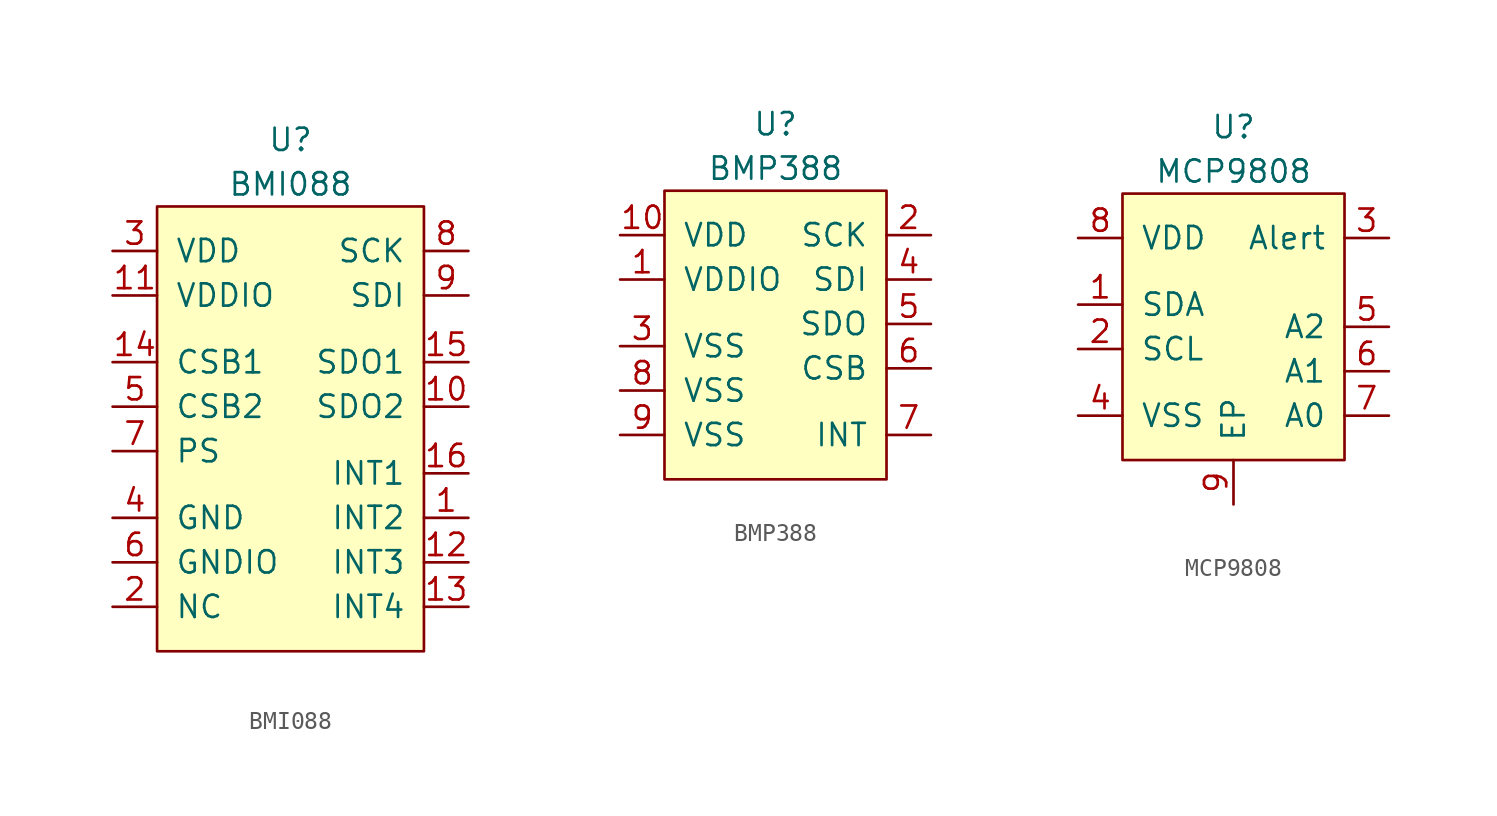
<source format=kicad_sym>
(kicad_symbol_lib
  (version 20211014)
  (generator kicad_symbol_editor)
  (symbol "BMI088"
    (pin_names
      (offset 1.016))
    (property "Reference" "U"
      (at 0 16.51 0)
      (effects (font (size 1.27 1.27))))
    (property "Value" "BMI088"
      (at 0 13.97 0)
      (effects (font (size 1.27 1.27))))
    (symbol "BMI088_0_1"
      (rectangle (start -7.62 12.7) (end 7.62 -12.7) (stroke (width 0) (type default) (color 0 0 0 0)) (fill (type background))))
    (symbol "BMI088_1_1"
      (pin bidirectional line (at 10.16 -5.08 180) (length 2.54) (name "INT2" (effects (font (size 1.27 1.27)))) (number "1" (effects (font (size 1.27 1.27)))))
      (pin bidirectional line (at 10.16 1.27 180) (length 2.54) (name "SDO2" (effects (font (size 1.27 1.27)))) (number "10" (effects (font (size 1.27 1.27)))))
      (pin power_in line (at -10.16 7.62 0) (length 2.54) (name "VDDIO" (effects (font (size 1.27 1.27)))) (number "11" (effects (font (size 1.27 1.27)))))
      (pin output line (at 10.16 -7.62 180) (length 2.54) (name "INT3" (effects (font (size 1.27 1.27)))) (number "12" (effects (font (size 1.27 1.27)))))
      (pin output line (at 10.16 -10.16 180) (length 2.54) (name "INT4" (effects (font (size 1.27 1.27)))) (number "13" (effects (font (size 1.27 1.27)))))
      (pin input line (at -10.16 3.81 0) (length 2.54) (name "CSB1" (effects (font (size 1.27 1.27)))) (number "14" (effects (font (size 1.27 1.27)))))
      (pin bidirectional line (at 10.16 3.81 180) (length 2.54) (name "SDO1" (effects (font (size 1.27 1.27)))) (number "15" (effects (font (size 1.27 1.27)))))
      (pin bidirectional line (at 10.16 -2.54 180) (length 2.54) (name "INT1" (effects (font (size 1.27 1.27)))) (number "16" (effects (font (size 1.27 1.27)))))
      (pin passive line (at -10.16 -10.16 0) (length 2.54) (name "NC" (effects (font (size 1.27 1.27)))) (number "2" (effects (font (size 1.27 1.27)))))
      (pin power_in line (at -10.16 10.16 0) (length 2.54) (name "VDD" (effects (font (size 1.27 1.27)))) (number "3" (effects (font (size 1.27 1.27)))))
      (pin power_in line (at -10.16 -5.08 0) (length 2.54) (name "GND" (effects (font (size 1.27 1.27)))) (number "4" (effects (font (size 1.27 1.27)))))
      (pin input line (at -10.16 1.27 0) (length 2.54) (name "CSB2" (effects (font (size 1.27 1.27)))) (number "5" (effects (font (size 1.27 1.27)))))
      (pin power_in line (at -10.16 -7.62 0) (length 2.54) (name "GNDIO" (effects (font (size 1.27 1.27)))) (number "6" (effects (font (size 1.27 1.27)))))
      (pin input line (at -10.16 -1.27 0) (length 2.54) (name "PS" (effects (font (size 1.27 1.27)))) (number "7" (effects (font (size 1.27 1.27)))))
      (pin input line (at 10.16 10.16 180) (length 2.54) (name "SCK" (effects (font (size 1.27 1.27)))) (number "8" (effects (font (size 1.27 1.27)))))
      (pin bidirectional line (at 10.16 7.62 180) (length 2.54) (name "SDI" (effects (font (size 1.27 1.27)))) (number "9" (effects (font (size 1.27 1.27)))))))
  (symbol "BMP388"
    (pin_names
      (offset 1.016))
    (property "Reference" "U"
      (at 0 11.43 0)
      (effects (font (size 1.27 1.27))))
    (property "Value" "BMP388"
      (at 0 8.89 0)
      (effects (font (size 1.27 1.27))))
    (symbol "BMP388_0_1"
      (rectangle (start -6.35 7.62) (end 6.35 -8.89) (stroke (width 0) (type default) (color 0 0 0 0)) (fill (type background))))
    (symbol "BMP388_1_1"
      (pin power_in line (at -8.89 2.54 0) (length 2.54) (name "VDDIO" (effects (font (size 1.27 1.27)))) (number "1" (effects (font (size 1.27 1.27)))))
      (pin power_in line (at -8.89 5.08 0) (length 2.54) (name "VDD" (effects (font (size 1.27 1.27)))) (number "10" (effects (font (size 1.27 1.27)))))
      (pin input line (at 8.89 5.08 180) (length 2.54) (name "SCK" (effects (font (size 1.27 1.27)))) (number "2" (effects (font (size 1.27 1.27)))))
      (pin power_in line (at -8.89 -1.27 0) (length 2.54) (name "VSS" (effects (font (size 1.27 1.27)))) (number "3" (effects (font (size 1.27 1.27)))))
      (pin bidirectional line (at 8.89 2.54 180) (length 2.54) (name "SDI" (effects (font (size 1.27 1.27)))) (number "4" (effects (font (size 1.27 1.27)))))
      (pin bidirectional line (at 8.89 0 180) (length 2.54) (name "SDO" (effects (font (size 1.27 1.27)))) (number "5" (effects (font (size 1.27 1.27)))))
      (pin input line (at 8.89 -2.54 180) (length 2.54) (name "CSB" (effects (font (size 1.27 1.27)))) (number "6" (effects (font (size 1.27 1.27)))))
      (pin output line (at 8.89 -6.35 180) (length 2.54) (name "INT" (effects (font (size 1.27 1.27)))) (number "7" (effects (font (size 1.27 1.27)))))
      (pin power_in line (at -8.89 -3.81 0) (length 2.54) (name "VSS" (effects (font (size 1.27 1.27)))) (number "8" (effects (font (size 1.27 1.27)))))
      (pin power_in line (at -8.89 -6.35 0) (length 2.54) (name "VSS" (effects (font (size 1.27 1.27)))) (number "9" (effects (font (size 1.27 1.27)))))))
  (symbol "MCP9808"
    (pin_names
      (offset 1.016))
    (property "Reference" "U"
      (at 0 11.43 0)
      (effects (font (size 1.27 1.27))))
    (property "Value" "MCP9808"
      (at 0 8.89 0)
      (effects (font (size 1.27 1.27))))
    (symbol "MCP9808_0_1"
      (rectangle (start -6.35 7.62) (end 6.35 -7.62) (stroke (width 0) (type default) (color 0 0 0 0)) (fill (type background))))
    (symbol "MCP9808_1_1"
      (pin bidirectional line (at -8.89 1.27 0) (length 2.54) (name "SDA" (effects (font (size 1.27 1.27)))) (number "1" (effects (font (size 1.27 1.27)))))
      (pin bidirectional line (at -8.89 -1.27 0) (length 2.54) (name "SCL" (effects (font (size 1.27 1.27)))) (number "2" (effects (font (size 1.27 1.27)))))
      (pin output line (at 8.89 5.08 180) (length 2.54) (name "Alert" (effects (font (size 1.27 1.27)))) (number "3" (effects (font (size 1.27 1.27)))))
      (pin power_in line (at -8.89 -5.08 0) (length 2.54) (name "VSS" (effects (font (size 1.27 1.27)))) (number "4" (effects (font (size 1.27 1.27)))))
      (pin input line (at 8.89 0 180) (length 2.54) (name "A2" (effects (font (size 1.27 1.27)))) (number "5" (effects (font (size 1.27 1.27)))))
      (pin input line (at 8.89 -2.54 180) (length 2.54) (name "A1" (effects (font (size 1.27 1.27)))) (number "6" (effects (font (size 1.27 1.27)))))
      (pin input line (at 8.89 -5.08 180) (length 2.54) (name "A0" (effects (font (size 1.27 1.27)))) (number "7" (effects (font (size 1.27 1.27)))))
      (pin power_in line (at -8.89 5.08 0) (length 2.54) (name "VDD" (effects (font (size 1.27 1.27)))) (number "8" (effects (font (size 1.27 1.27)))))
      (pin power_in line (at 0 -10.16 90) (length 2.54) (name "EP" (effects (font (size 1.27 1.27)))) (number "9" (effects (font (size 1.27 1.27))))))))
</source>
